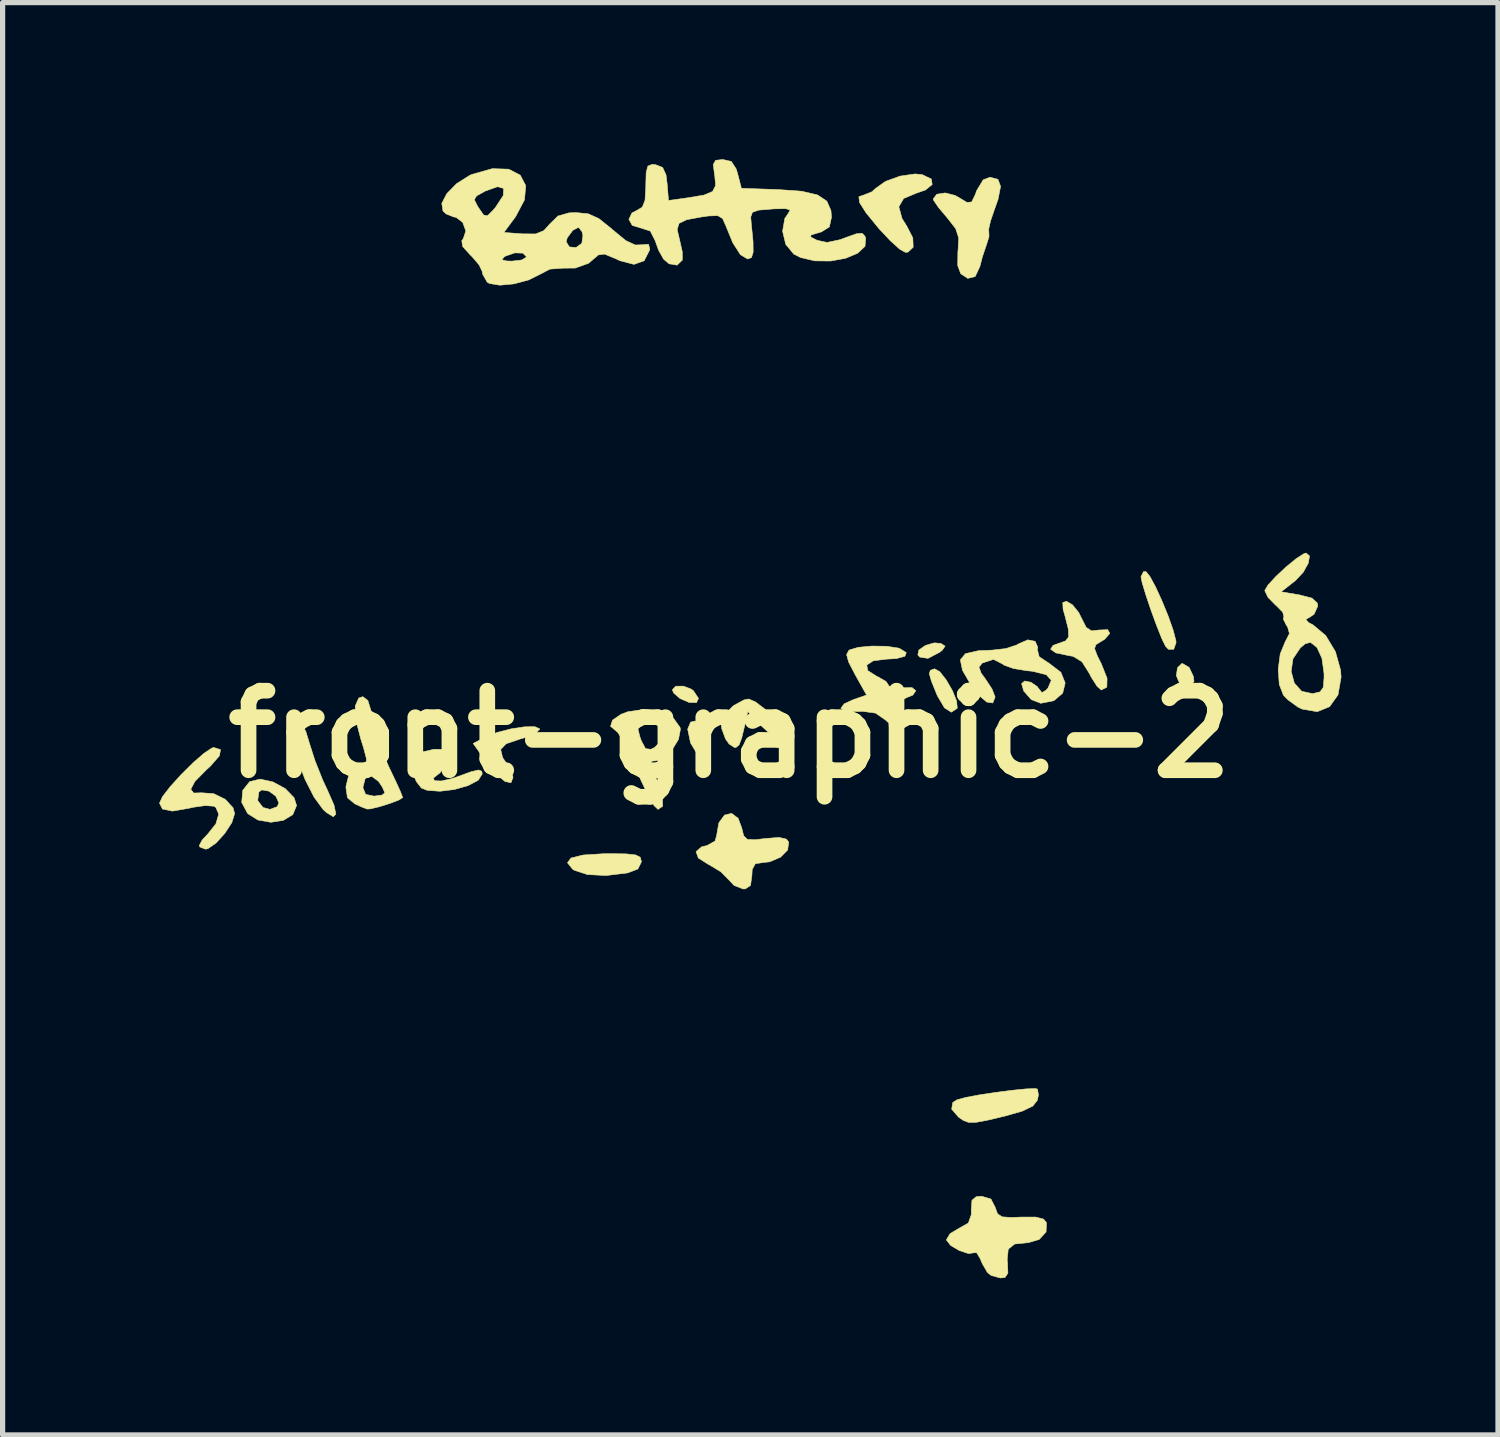
<source format=kicad_pcb>
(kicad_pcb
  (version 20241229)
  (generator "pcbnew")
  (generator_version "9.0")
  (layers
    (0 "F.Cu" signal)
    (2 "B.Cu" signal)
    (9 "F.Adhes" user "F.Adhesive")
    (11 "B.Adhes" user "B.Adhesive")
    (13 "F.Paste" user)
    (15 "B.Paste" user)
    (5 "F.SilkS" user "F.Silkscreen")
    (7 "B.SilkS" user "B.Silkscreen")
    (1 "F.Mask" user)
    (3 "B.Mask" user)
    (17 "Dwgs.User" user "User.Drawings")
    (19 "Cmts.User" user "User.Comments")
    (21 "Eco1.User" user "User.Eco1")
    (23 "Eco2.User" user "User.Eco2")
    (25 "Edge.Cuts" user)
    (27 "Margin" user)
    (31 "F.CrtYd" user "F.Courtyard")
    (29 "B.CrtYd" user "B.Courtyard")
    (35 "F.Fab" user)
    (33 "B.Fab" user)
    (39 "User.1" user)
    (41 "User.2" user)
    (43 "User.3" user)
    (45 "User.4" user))
  (footprint "front-graphic-2"
    (layer "F.Cu")
    (at 10.927 11.012)
    (property "Reference" "front-graphic-2" (at 0 0 0) (layer "F.SilkS") (effects (font (size 1.524 1.524) (thickness 0.3))))
    (attr through_hole)
    (fp_poly (pts (xy -0.735 -0.863) (xy -0.694 -0.83) (xy -0.6 -0.686) (xy -0.638 -0.606) (xy -0.779 -0.609) (xy -0.953 -0.684) (xy -1.075 -0.79) (xy -1.101 -0.851) (xy -1.036 -0.92) (xy -0.889 -0.922) (xy -0.735 -0.863)) (stroke (width 0.01) (type solid)) (fill yes) (layer "F.SilkS"))
    (fp_poly (pts (xy 4.041 -1.74) (xy 4.123 -1.688) (xy 4.071 -1.612) (xy 4.013 -1.567) (xy 3.795 -1.453) (xy 3.637 -1.478) (xy 3.601 -1.52) (xy 3.621 -1.613) (xy 3.746 -1.701) (xy 3.913 -1.75) (xy 4.041 -1.74)) (stroke (width 0.01) (type solid)) (fill yes) (layer "F.SilkS"))
    (fp_poly (pts (xy 8.796 -1.281) (xy 8.879 -1.107) (xy 8.89 -1.009) (xy 8.826 -0.942) (xy 8.695 -0.941) (xy 8.608 -0.988) (xy 8.552 -1.122) (xy 8.573 -1.272) (xy 8.656 -1.354) (xy 8.669 -1.355) (xy 8.796 -1.281)) (stroke (width 0.01) (type solid)) (fill yes) (layer "F.SilkS"))
    (fp_poly (pts (xy -0.584 -0.183) (xy -0.488 -0.017) (xy -0.412 0.176) (xy -0.385 0.328) (xy -0.394 0.359) (xy -0.505 0.428) (xy -0.636 0.359) (xy -0.747 0.175) (xy -0.753 0.16) (xy -0.807 -0.097) (xy -0.75 -0.233) (xy -0.668 -0.254) (xy -0.584 -0.183)) (stroke (width 0.01) (type solid)) (fill yes) (layer "F.SilkS"))
    (fp_poly (pts (xy 4.021 -1.198) (xy 4.145 -1.04) (xy 4.264 -0.834) (xy 4.344 -0.636) (xy 4.356 -0.502) (xy 4.352 -0.494) (xy 4.242 -0.422) (xy 4.112 -0.505) (xy 3.978 -0.732) (xy 3.963 -0.765) (xy 3.86 -1.021) (xy 3.82 -1.161) (xy 3.841 -1.225) (xy 3.92 -1.253) (xy 3.922 -1.253) (xy 4.021 -1.198)) (stroke (width 0.01) (type solid)) (fill yes) (layer "F.SilkS"))
    (fp_poly (pts (xy -1.988 2.291) (xy -1.803 2.311) (xy -1.716 2.356) (xy -1.693 2.434) (xy -1.693 2.445) (xy -1.761 2.581) (xy -1.958 2.656) (xy -2.37 2.706) (xy -2.728 2.687) (xy -2.983 2.603) (xy -3.011 2.584) (xy -3.109 2.461) (xy -3.042 2.371) (xy -2.811 2.313) (xy -2.415 2.288) (xy -2.307 2.287) (xy -1.988 2.291)) (stroke (width 0.01) (type solid)) (fill yes) (layer "F.SilkS"))
    (fp_poly (pts (xy 8.044 -3.025) (xy 8.154 -2.822) (xy 8.278 -2.551) (xy 8.398 -2.258) (xy 8.492 -1.99) (xy 8.543 -1.793) (xy 8.547 -1.757) (xy 8.502 -1.627) (xy 8.398 -1.628) (xy 8.343 -1.688) (xy 8.27 -1.84) (xy 8.171 -2.09) (xy 8.063 -2.385) (xy 7.966 -2.673) (xy 7.897 -2.902) (xy 7.874 -3.015) (xy 7.922 -3.113) (xy 7.97 -3.115) (xy 8.044 -3.025)) (stroke (width 0.01) (type solid)) (fill yes) (layer "F.SilkS"))
    (fp_poly (pts (xy -8.208 -0.209) (xy -8.119 -0.051) (xy -8.05 0.177) (xy -7.944 0.507) (xy -7.797 0.876) (xy -7.707 1.068) (xy -7.581 1.355) (xy -7.544 1.529) (xy -7.594 1.58) (xy -7.729 1.496) (xy -7.792 1.437) (xy -7.963 1.203) (xy -8.135 0.865) (xy -8.278 0.487) (xy -8.33 0.296) (xy -8.388 0.062) (xy -8.434 -0.106) (xy -8.422 -0.227) (xy -8.319 -0.254) (xy -8.208 -0.209)) (stroke (width 0.01) (type solid)) (fill yes) (layer "F.SilkS"))
    (fp_poly (pts (xy 5.892 6.795) (xy 5.911 6.907) (xy 5.89 7.01) (xy 5.803 7.121) (xy 5.601 7.218) (xy 5.268 7.313) (xy 4.929 7.393) (xy 4.712 7.433) (xy 4.574 7.434) (xy 4.474 7.397) (xy 4.381 7.333) (xy 4.249 7.18) (xy 4.27 7.052) (xy 4.353 7) (xy 4.52 6.955) (xy 4.782 6.906) (xy 5.093 6.859) (xy 5.405 6.819) (xy 5.673 6.792) (xy 5.849 6.786) (xy 5.892 6.795)) (stroke (width 0.01) (type solid)) (fill yes) (layer "F.SilkS"))
    (fp_poly (pts (xy -3.642 -0.105) (xy -3.641 -0.096) (xy -3.715 -0.022) (xy -3.904 0.059) (xy -4.022 0.093) (xy -4.283 0.182) (xy -4.388 0.292) (xy -4.351 0.447) (xy -4.278 0.555) (xy -4.18 0.725) (xy -4.151 0.826) (xy -4.191 0.929) (xy -4.305 0.905) (xy -4.47 0.767) (xy -4.645 0.554) (xy -4.916 0.176) (xy -4.679 0.054) (xy -4.454 -0.035) (xy -4.19 -0.103) (xy -3.934 -0.142) (xy -3.735 -0.145) (xy -3.642 -0.105)) (stroke (width 0.01) (type solid)) (fill yes) (layer "F.SilkS"))
    (fp_poly (pts (xy 0.493 -0.618) (xy 0.679 -0.476) (xy 0.874 -0.292) (xy 1.03 -0.114) (xy 1.1 0.015) (xy 1.1 0.021) (xy 1.045 0.09) (xy 0.906 0.061) (xy 0.725 -0.05) (xy 0.587 -0.175) (xy 0.345 -0.435) (xy 0.292 -0.196) (xy 0.229 0.067) (xy 0.178 0.203) (xy 0.121 0.251) (xy 0.09 0.254) (xy -0.013 0.188) (xy -0.082 0.09) (xy -0.155 -0.108) (xy -0.169 -0.214) (xy -0.1 -0.38) (xy 0.068 -0.546) (xy 0.27 -0.657) (xy 0.364 -0.675) (xy 0.493 -0.618)) (stroke (width 0.01) (type solid)) (fill yes) (layer "F.SilkS"))
    (fp_poly (pts (xy -8.75 0.913) (xy -8.514 1.041) (xy -8.345 1.215) (xy -8.297 1.365) (xy -8.369 1.539) (xy -8.55 1.649) (xy -8.789 1.686) (xy -9.038 1.642) (xy -9.233 1.52) (xy -9.348 1.305) (xy -9.345 1.27) (xy -9.042 1.27) (xy -8.941 1.402) (xy -8.808 1.439) (xy -8.669 1.388) (xy -8.636 1.315) (xy -8.695 1.185) (xy -8.826 1.09) (xy -8.961 1.066) (xy -9.019 1.104) (xy -9.042 1.27) (xy -9.345 1.27) (xy -9.328 1.075) (xy -9.196 0.908) (xy -8.996 0.859) (xy -8.75 0.913)) (stroke (width 0.01) (type solid)) (fill yes) (layer "F.SilkS"))
    (fp_poly (pts (xy 3.687 -10.717) (xy 3.859 -10.634) (xy 3.876 -10.528) (xy 3.746 -10.423) (xy 3.578 -10.365) (xy 3.329 -10.261) (xy 3.237 -10.102) (xy 3.298 -9.878) (xy 3.388 -9.734) (xy 3.505 -9.506) (xy 3.512 -9.327) (xy 3.413 -9.234) (xy 3.363 -9.229) (xy 3.255 -9.289) (xy 3.078 -9.448) (xy 2.868 -9.671) (xy 2.852 -9.689) (xy 2.608 -9.988) (xy 2.484 -10.185) (xy 2.472 -10.295) (xy 2.569 -10.329) (xy 2.572 -10.329) (xy 2.721 -10.389) (xy 2.79 -10.452) (xy 2.983 -10.589) (xy 3.263 -10.69) (xy 3.549 -10.731) (xy 3.687 -10.717)) (stroke (width 0.01) (type solid)) (fill yes) (layer "F.SilkS"))
    (fp_poly (pts (xy -5.516 0.29) (xy -5.505 0.295) (xy -5.424 0.428) (xy -5.446 0.606) (xy -5.558 0.747) (xy -5.566 0.751) (xy -5.679 0.84) (xy -5.655 0.89) (xy -5.526 0.895) (xy -5.32 0.849) (xy -5.227 0.817) (xy -4.959 0.719) (xy -4.811 0.684) (xy -4.751 0.708) (xy -4.741 0.76) (xy -4.817 0.88) (xy -5.012 0.983) (xy -5.273 1.058) (xy -5.551 1.092) (xy -5.794 1.074) (xy -5.907 1.03) (xy -6.004 0.905) (xy -6.089 0.701) (xy -6.09 0.697) (xy -6.128 0.516) (xy -6.078 0.419) (xy -5.903 0.345) (xy -5.879 0.337) (xy -5.664 0.287) (xy -5.516 0.29)) (stroke (width 0.01) (type solid)) (fill yes) (layer "F.SilkS"))
    (fp_poly (pts (xy 0.159 1.609) (xy 0.226 1.787) (xy 0.266 1.945) (xy 0.337 2.014) (xy 0.487 2.02) (xy 0.68 1.997) (xy 0.944 1.976) (xy 1.083 2.008) (xy 1.128 2.065) (xy 1.108 2.217) (xy 0.969 2.356) (xy 0.76 2.444) (xy 0.649 2.455) (xy 0.489 2.48) (xy 0.429 2.589) (xy 0.423 2.709) (xy 0.397 2.895) (xy 0.298 2.961) (xy 0.255 2.963) (xy 0.082 2.896) (xy -0.02 2.788) (xy -0.171 2.635) (xy -0.392 2.501) (xy -0.41 2.493) (xy -0.602 2.371) (xy -0.647 2.249) (xy -0.541 2.157) (xy -0.438 2.132) (xy -0.284 2.047) (xy -0.254 1.948) (xy -0.21 1.697) (xy -0.101 1.548) (xy 0.034 1.515) (xy 0.159 1.609)) (stroke (width 0.01) (type solid)) (fill yes) (layer "F.SilkS"))
    (fp_poly (pts (xy 5.136 -10.627) (xy 5.186 -10.491) (xy 5.137 -10.244) (xy 5.073 -10.063) (xy 4.993 -9.83) (xy 4.957 -9.669) (xy 4.961 -9.63) (xy 4.964 -9.53) (xy 4.92 -9.388) (xy 4.837 -9.142) (xy 4.788 -8.954) (xy 4.699 -8.765) (xy 4.557 -8.731) (xy 4.423 -8.819) (xy 4.365 -8.976) (xy 4.368 -9.24) (xy 4.371 -9.263) (xy 4.384 -9.503) (xy 4.326 -9.683) (xy 4.167 -9.887) (xy 4.156 -9.9) (xy 4 -10.085) (xy 3.907 -10.22) (xy 3.895 -10.251) (xy 3.963 -10.342) (xy 4.124 -10.367) (xy 4.313 -10.32) (xy 4.369 -10.289) (xy 4.541 -10.186) (xy 4.632 -10.194) (xy 4.701 -10.335) (xy 4.729 -10.414) (xy 4.853 -10.618) (xy 4.984 -10.668) (xy 5.136 -10.627)) (stroke (width 0.01) (type solid)) (fill yes) (layer "F.SilkS"))
    (fp_poly (pts (xy 6.563 -2.478) (xy 6.68 -2.334) (xy 6.727 -2.241) (xy 6.825 -2.047) (xy 6.928 -1.98) (xy 7.066 -1.996) (xy 7.237 -2.003) (xy 7.277 -1.931) (xy 7.178 -1.818) (xy 7.112 -1.778) (xy 7.011 -1.715) (xy 6.986 -1.641) (xy 7.038 -1.502) (xy 7.115 -1.349) (xy 7.225 -1.072) (xy 7.221 -0.902) (xy 7.114 -0.847) (xy 7.035 -0.916) (xy 6.925 -1.088) (xy 6.886 -1.164) (xy 6.745 -1.388) (xy 6.578 -1.491) (xy 6.477 -1.509) (xy 6.244 -1.558) (xy 6.144 -1.628) (xy 6.19 -1.701) (xy 6.302 -1.742) (xy 6.43 -1.787) (xy 6.489 -1.865) (xy 6.483 -2.015) (xy 6.417 -2.274) (xy 6.383 -2.392) (xy 6.377 -2.523) (xy 6.45 -2.546) (xy 6.563 -2.478)) (stroke (width 0.01) (type solid)) (fill yes) (layer "F.SilkS"))
    (fp_poly (pts (xy -9.754 0.294) (xy -9.774 0.412) (xy -9.942 0.605) (xy -10.033 0.689) (xy -10.244 0.903) (xy -10.323 1.053) (xy -10.268 1.126) (xy -10.118 1.121) (xy -9.885 1.138) (xy -9.664 1.246) (xy -9.514 1.407) (xy -9.483 1.519) (xy -9.537 1.692) (xy -9.672 1.899) (xy -9.84 2.084) (xy -9.996 2.192) (xy -10.041 2.201) (xy -10.148 2.16) (xy -10.16 2.13) (xy -10.104 2.024) (xy -9.999 1.913) (xy -9.843 1.717) (xy -9.788 1.53) (xy -9.845 1.399) (xy -9.883 1.378) (xy -10.046 1.366) (xy -10.286 1.4) (xy -10.356 1.417) (xy -10.676 1.472) (xy -10.866 1.432) (xy -10.922 1.319) (xy -10.864 1.194) (xy -10.713 0.999) (xy -10.506 0.771) (xy -10.28 0.547) (xy -10.072 0.366) (xy -9.919 0.264) (xy -9.882 0.254) (xy -9.754 0.294)) (stroke (width 0.01) (type solid)) (fill yes) (layer "F.SilkS"))
    (fp_poly (pts (xy 5.001 8.901) (xy 5.082 9.059) (xy 5.127 9.183) (xy 5.214 9.242) (xy 5.391 9.255) (xy 5.574 9.247) (xy 5.856 9.246) (xy 6.009 9.286) (xy 6.065 9.354) (xy 6.057 9.532) (xy 5.925 9.676) (xy 5.716 9.737) (xy 5.712 9.737) (xy 5.456 9.763) (xy 5.333 9.861) (xy 5.312 10.061) (xy 5.318 10.12) (xy 5.326 10.32) (xy 5.273 10.402) (xy 5.184 10.414) (xy 5.004 10.365) (xy 4.934 10.308) (xy 4.835 10.138) (xy 4.795 10.042) (xy 4.73 9.933) (xy 4.69 9.929) (xy 4.572 9.946) (xy 4.395 9.888) (xy 4.23 9.791) (xy 4.149 9.687) (xy 4.149 9.679) (xy 4.22 9.563) (xy 4.391 9.461) (xy 4.392 9.461) (xy 4.569 9.36) (xy 4.625 9.199) (xy 4.625 9.108) (xy 4.638 8.924) (xy 4.722 8.855) (xy 4.822 8.848) (xy 5.001 8.901)) (stroke (width 0.01) (type solid)) (fill yes) (layer "F.SilkS"))
    (fp_poly (pts (xy -6.932 -0.646) (xy -6.862 -0.419) (xy -6.843 -0.304) (xy -6.771 -0.002) (xy -6.646 0.359) (xy -6.524 0.637) (xy -6.395 0.907) (xy -6.302 1.113) (xy -6.265 1.212) (xy -6.265 1.213) (xy -6.337 1.259) (xy -6.507 1.324) (xy -6.711 1.388) (xy -6.883 1.429) (xy -6.943 1.433) (xy -7.043 1.396) (xy -7.18 1.334) (xy -7.323 1.216) (xy -7.352 1.022) (xy -7.352 1.021) (xy -7.027 1.021) (xy -6.975 1.151) (xy -6.816 1.185) (xy -6.658 1.164) (xy -6.607 1.122) (xy -6.655 1.011) (xy -6.728 0.902) (xy -6.869 0.799) (xy -6.983 0.847) (xy -7.027 1.021) (xy -7.352 1.021) (xy -7.349 0.989) (xy -7.304 0.81) (xy -7.185 0.674) (xy -6.955 0.535) (xy -6.963 0.453) (xy -7.014 0.26) (xy -7.067 0.092) (xy -7.161 -0.272) (xy -7.174 -0.54) (xy -7.107 -0.693) (xy -7.028 -0.72) (xy -6.932 -0.646)) (stroke (width 0.01) (type solid)) (fill yes) (layer "F.SilkS"))
    (fp_poly (pts (xy 3.003 -1.685) (xy 3.225 -1.651) (xy 3.253 -1.642) (xy 3.38 -1.563) (xy 3.354 -1.494) (xy 3.19 -1.449) (xy 3.006 -1.439) (xy 2.748 -1.407) (xy 2.623 -1.326) (xy 2.642 -1.219) (xy 2.816 -1.109) (xy 2.836 -1.101) (xy 2.993 -1.01) (xy 3.048 -0.927) (xy 3.121 -0.871) (xy 3.302 -0.889) (xy 3.489 -0.894) (xy 3.563 -0.834) (xy 3.504 -0.749) (xy 3.385 -0.701) (xy 3.272 -0.643) (xy 3.246 -0.516) (xy 3.267 -0.371) (xy 3.284 -0.159) (xy 3.224 -0.096) (xy 3.082 -0.18) (xy 2.983 -0.272) (xy 2.792 -0.404) (xy 2.543 -0.439) (xy 2.456 -0.435) (xy 2.216 -0.442) (xy 2.126 -0.498) (xy 2.192 -0.584) (xy 2.368 -0.664) (xy 2.619 -0.751) (xy 2.398 -1.146) (xy 2.274 -1.386) (xy 2.237 -1.526) (xy 2.278 -1.604) (xy 2.295 -1.616) (xy 2.463 -1.665) (xy 2.724 -1.689) (xy 3.003 -1.685)) (stroke (width 0.01) (type solid)) (fill yes) (layer "F.SilkS"))
    (fp_poly (pts (xy -1.322 -0.432) (xy -1.082 -0.311) (xy -0.953 -0.131) (xy -0.946 -0.094) (xy -0.983 0.099) (xy -1.11 0.305) (xy -1.279 0.461) (xy -1.412 0.508) (xy -1.493 0.515) (xy -1.514 0.562) (xy -1.472 0.693) (xy -1.397 0.876) (xy -1.29 1.192) (xy -1.286 1.38) (xy -1.376 1.439) (xy -1.452 1.365) (xy -1.567 1.167) (xy -1.702 0.881) (xy -1.774 0.71) (xy -1.913 0.386) (xy -2.043 0.126) (xy -2.143 -0.032) (xy -2.176 -0.061) (xy -2.283 -0.152) (xy -1.772 -0.152) (xy -1.722 0.049) (xy -1.694 0.125) (xy -1.615 0.275) (xy -1.513 0.288) (xy -1.44 0.254) (xy -1.304 0.115) (xy -1.27 -0.003) (xy -1.297 -0.14) (xy -1.333 -0.17) (xy -1.458 -0.191) (xy -1.587 -0.223) (xy -1.73 -0.235) (xy -1.772 -0.152) (xy -2.283 -0.152) (xy -2.284 -0.153) (xy -2.247 -0.27) (xy -2.082 -0.383) (xy -1.95 -0.432) (xy -1.626 -0.477) (xy -1.322 -0.432)) (stroke (width 0.01) (type solid)) (fill yes) (layer "F.SilkS"))
    (fp_poly (pts (xy 5.848 -1.78) (xy 5.898 -1.665) (xy 5.89 -1.62) (xy 5.925 -1.484) (xy 6.12 -1.355) (xy 6.341 -1.186) (xy 6.423 -0.981) (xy 6.375 -0.786) (xy 6.205 -0.642) (xy 5.956 -0.593) (xy 5.773 -0.664) (xy 5.629 -0.828) (xy 5.588 -0.968) (xy 5.646 -1.02) (xy 5.769 -0.995) (xy 5.886 -0.914) (xy 5.908 -0.884) (xy 5.978 -0.796) (xy 6.059 -0.846) (xy 6.095 -0.887) (xy 6.157 -1.035) (xy 6.061 -1.14) (xy 5.804 -1.205) (xy 5.682 -1.218) (xy 5.435 -1.258) (xy 5.257 -1.322) (xy 5.226 -1.344) (xy 5.05 -1.434) (xy 4.839 -1.365) (xy 4.834 -1.362) (xy 4.772 -1.287) (xy 4.813 -1.171) (xy 4.898 -1.055) (xy 5.022 -0.866) (xy 5.08 -0.717) (xy 5.08 -0.708) (xy 5.036 -0.599) (xy 4.923 -0.616) (xy 4.767 -0.746) (xy 4.626 -0.93) (xy 4.456 -1.225) (xy 4.415 -1.424) (xy 4.513 -1.544) (xy 4.761 -1.6) (xy 5.023 -1.611) (xy 5.287 -1.641) (xy 5.498 -1.711) (xy 5.533 -1.733) (xy 5.708 -1.808) (xy 5.848 -1.78)) (stroke (width 0.01) (type solid)) (fill yes) (layer "F.SilkS"))
    (fp_poly (pts (xy 11.103 -3.415) (xy 11.079 -3.276) (xy 10.983 -3.103) (xy 10.834 -2.944) (xy 10.825 -2.937) (xy 10.559 -2.728) (xy 10.91 -2.669) (xy 11.149 -2.607) (xy 11.251 -2.514) (xy 11.261 -2.457) (xy 11.191 -2.3) (xy 11.116 -2.248) (xy 11.031 -2.198) (xy 11.085 -2.139) (xy 11.174 -2.091) (xy 11.413 -1.89) (xy 11.599 -1.581) (xy 11.698 -1.225) (xy 11.707 -1.093) (xy 11.648 -0.754) (xy 11.487 -0.528) (xy 11.25 -0.432) (xy 10.96 -0.482) (xy 10.88 -0.521) (xy 10.692 -0.657) (xy 10.604 -0.746) (xy 10.523 -0.953) (xy 10.506 -1.204) (xy 10.751 -1.204) (xy 10.811 -0.981) (xy 10.951 -0.823) (xy 11.159 -0.778) (xy 11.161 -0.778) (xy 11.303 -0.811) (xy 11.367 -0.898) (xy 11.381 -1.089) (xy 11.38 -1.169) (xy 11.34 -1.455) (xy 11.248 -1.657) (xy 11.234 -1.671) (xy 11.121 -1.76) (xy 11.02 -1.733) (xy 10.925 -1.653) (xy 10.785 -1.444) (xy 10.751 -1.204) (xy 10.506 -1.204) (xy 10.503 -1.242) (xy 10.541 -1.538) (xy 10.633 -1.763) (xy 10.718 -1.929) (xy 10.683 -2.054) (xy 10.663 -2.08) (xy 10.6 -2.206) (xy 10.611 -2.257) (xy 10.589 -2.338) (xy 10.465 -2.464) (xy 10.453 -2.473) (xy 10.306 -2.623) (xy 10.245 -2.752) (xy 10.305 -2.855) (xy 10.455 -3.019) (xy 10.651 -3.202) (xy 10.846 -3.362) (xy 10.996 -3.459) (xy 11.037 -3.471) (xy 11.103 -3.415)) (stroke (width 0.01) (type solid)) (fill yes) (layer "F.SilkS"))
    (fp_poly (pts (xy 0.029 -10.97) (xy 0.122 -10.827) (xy 0.151 -10.732) (xy 0.222 -10.456) (xy 0.934 -10.431) (xy 1.379 -10.399) (xy 1.679 -10.329) (xy 1.858 -10.21) (xy 1.937 -10.03) (xy 1.947 -9.902) (xy 1.907 -9.716) (xy 1.755 -9.621) (xy 1.714 -9.609) (xy 1.556 -9.562) (xy 1.551 -9.522) (xy 1.672 -9.46) (xy 1.863 -9.419) (xy 2.109 -9.471) (xy 2.206 -9.507) (xy 2.423 -9.585) (xy 2.534 -9.595) (xy 2.588 -9.537) (xy 2.601 -9.507) (xy 2.59 -9.345) (xy 2.448 -9.212) (xy 2.216 -9.115) (xy 1.93 -9.063) (xy 1.629 -9.066) (xy 1.352 -9.131) (xy 1.225 -9.196) (xy 1.071 -9.382) (xy 1.011 -9.634) (xy 1.053 -9.878) (xy 1.122 -9.979) (xy 1.154 -10.04) (xy 1.072 -10.066) (xy 0.851 -10.062) (xy 0.804 -10.059) (xy 0.555 -10.038) (xy 0.434 -9.997) (xy 0.401 -9.907) (xy 0.411 -9.779) (xy 0.445 -9.437) (xy 0.447 -9.23) (xy 0.415 -9.129) (xy 0.343 -9.102) (xy 0.342 -9.102) (xy 0.204 -9.183) (xy 0.056 -9.415) (xy -0.079 -9.745) (xy -0.139 -9.878) (xy -0.231 -9.932) (xy -0.408 -9.926) (xy -0.544 -9.907) (xy -0.828 -9.854) (xy -0.973 -9.784) (xy -1.008 -9.666) (xy -0.962 -9.468) (xy -0.96 -9.461) (xy -0.911 -9.242) (xy -0.909 -9.086) (xy -0.91 -9.08) (xy -1.01 -8.984) (xy -1.163 -9.01) (xy -1.266 -9.096) (xy -1.363 -9.268) (xy -1.43 -9.454) (xy -1.523 -9.637) (xy -1.692 -9.692) (xy -1.697 -9.693) (xy -1.869 -9.746) (xy -1.933 -9.862) (xy -1.874 -9.984) (xy -1.783 -10.031) (xy -1.676 -10.094) (xy -1.624 -10.225) (xy -1.609 -10.47) (xy -1.609 -10.51) (xy -1.602 -10.76) (xy -1.569 -10.881) (xy -1.491 -10.913) (xy -1.418 -10.907) (xy -1.287 -10.855) (xy -1.222 -10.715) (xy -1.201 -10.551) (xy -1.174 -10.223) (xy -0.792 -10.276) (xy -0.492 -10.327) (xy -0.33 -10.395) (xy -0.272 -10.509) (xy -0.288 -10.697) (xy -0.293 -10.72) (xy -0.317 -10.913) (xy -0.271 -10.992) (xy -0.133 -11.007) (xy 0.029 -10.97)) (stroke (width 0.01) (type solid)) (fill yes) (layer "F.SilkS"))
    (fp_poly (pts (xy -4.234 -10.822) (xy -4.014 -10.708) (xy -3.908 -10.507) (xy -3.932 -10.235) (xy -4.103 -9.911) (xy -4.111 -9.901) (xy -4.326 -9.61) (xy -3.965 -9.583) (xy -3.717 -9.582) (xy -3.562 -9.645) (xy -3.446 -9.773) (xy -3.291 -9.925) (xy -3.082 -9.985) (xy -2.945 -9.991) (xy -2.71 -9.967) (xy -2.508 -9.876) (xy -2.271 -9.686) (xy -2.24 -9.658) (xy -1.993 -9.455) (xy -1.811 -9.37) (xy -1.693 -9.374) (xy -1.556 -9.384) (xy -1.533 -9.291) (xy -1.537 -9.271) (xy -1.641 -9.067) (xy -1.836 -8.999) (xy -2.107 -9.07) (xy -2.164 -9.098) (xy -2.399 -9.196) (xy -2.521 -9.179) (xy -2.525 -9.173) (xy -2.706 -9.019) (xy -2.962 -8.928) (xy -3.184 -8.927) (xy -3.446 -8.908) (xy -3.62 -8.816) (xy -3.854 -8.7) (xy -4.136 -8.625) (xy -4.406 -8.6) (xy -4.605 -8.633) (xy -4.649 -8.662) (xy -4.733 -8.81) (xy -4.741 -8.861) (xy -4.799 -8.985) (xy -4.886 -9.088) (xy -4.367 -9.088) (xy -4.272 -9.064) (xy -4.17 -9.061) (xy -3.983 -9.083) (xy -3.895 -9.138) (xy -3.895 -9.144) (xy -3.962 -9.214) (xy -4.117 -9.219) (xy -4.295 -9.158) (xy -4.318 -9.144) (xy -4.367 -9.088) (xy -4.886 -9.088) (xy -4.941 -9.152) (xy -4.972 -9.181) (xy -5.117 -9.342) (xy -5.13 -9.43) (xy -3.133 -9.43) (xy -3.072 -9.333) (xy -2.944 -9.322) (xy -2.834 -9.402) (xy -2.813 -9.552) (xy -2.83 -9.623) (xy -2.896 -9.709) (xy -3.007 -9.651) (xy -3.114 -9.507) (xy -3.133 -9.43) (xy -5.13 -9.43) (xy -5.134 -9.451) (xy -5.103 -9.494) (xy -5.056 -9.639) (xy -5.114 -9.801) (xy -5.242 -9.9) (xy -5.284 -9.906) (xy -5.433 -9.965) (xy -5.493 -10.021) (xy -5.516 -10.166) (xy -5.479 -10.239) (xy -4.893 -10.239) (xy -4.838 -10.126) (xy -4.812 -10.084) (xy -4.715 -9.944) (xy -4.64 -9.93) (xy -4.528 -10.042) (xy -4.483 -10.097) (xy -4.339 -10.317) (xy -4.331 -10.453) (xy -4.448 -10.487) (xy -4.68 -10.404) (xy -4.683 -10.403) (xy -4.85 -10.31) (xy -4.893 -10.239) (xy -5.479 -10.239) (xy -5.42 -10.353) (xy -5.234 -10.544) (xy -4.988 -10.7) (xy -4.942 -10.721) (xy -4.549 -10.832) (xy -4.234 -10.822)) (stroke (width 0.01) (type solid)) (fill yes) (layer "F.SilkS")))
  (gr_rect
    (start -3 -3)
    (end 25.639 24.431)
    (stroke (width 0.1) (type default))
    (fill no)
    (layer "Edge.Cuts")))
</source>
